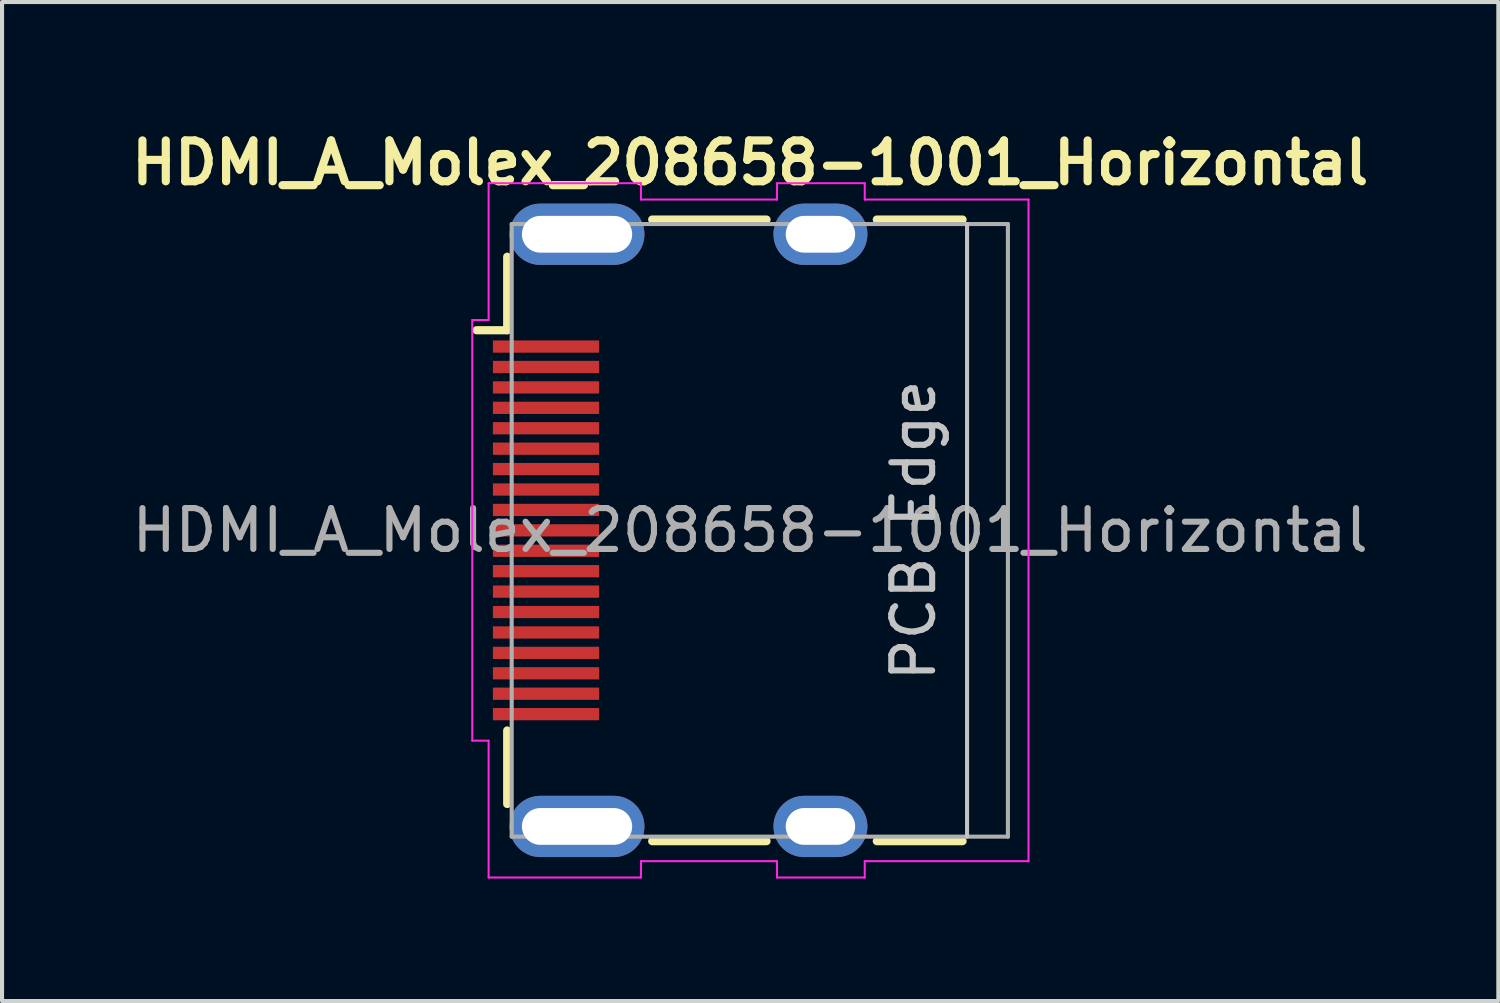
<source format=kicad_pcb>
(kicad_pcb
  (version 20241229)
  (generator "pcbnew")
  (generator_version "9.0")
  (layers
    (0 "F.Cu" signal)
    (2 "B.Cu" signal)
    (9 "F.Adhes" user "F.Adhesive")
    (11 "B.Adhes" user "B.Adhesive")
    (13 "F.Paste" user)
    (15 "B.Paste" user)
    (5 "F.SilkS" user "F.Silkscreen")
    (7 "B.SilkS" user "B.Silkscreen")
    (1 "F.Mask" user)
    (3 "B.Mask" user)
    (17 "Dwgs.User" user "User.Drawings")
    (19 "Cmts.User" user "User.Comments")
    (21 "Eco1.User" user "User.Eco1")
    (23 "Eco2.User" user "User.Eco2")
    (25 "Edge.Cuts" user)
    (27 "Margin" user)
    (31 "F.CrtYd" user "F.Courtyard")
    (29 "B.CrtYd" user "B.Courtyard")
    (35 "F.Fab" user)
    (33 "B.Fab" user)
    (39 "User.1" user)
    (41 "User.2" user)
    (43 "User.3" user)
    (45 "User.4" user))
  (footprint "HDMI_A_Molex_208658-1001_Horizontal"
    (layer "F.Cu")
    (at 13.604 9.936)
    (property "Reference" "HDMI_A_Molex_208658-1001_Horizontal" (at 1.715 -9 0) (layer "F.SilkS") (effects (font (size 1 1) (thickness 0.2))))
    (attr smd)
    (fp_line (start -4.985 -4.9) (end -4.235 -4.9) (stroke (width 0.2) (type solid)) (layer "F.SilkS"))
    (fp_line (start -4.235 -4.9) (end -4.235 -6.7) (stroke (width 0.2) (type solid)) (layer "F.SilkS"))
    (fp_line (start -4.235 6.7) (end -4.235 4.9) (stroke (width 0.2) (type solid)) (layer "F.SilkS"))
    (fp_line (start -0.685 -7.61) (end 2.115 -7.61) (stroke (width 0.2) (type solid)) (layer "F.SilkS"))
    (fp_line (start -0.685 7.61) (end 2.115 7.61) (stroke (width 0.2) (type solid)) (layer "F.SilkS"))
    (fp_line (start 4.815 -7.61) (end 6.915 -7.61) (stroke (width 0.2) (type solid)) (layer "F.SilkS"))
    (fp_line (start 4.815 7.61) (end 6.915 7.61) (stroke (width 0.2) (type solid)) (layer "F.SilkS"))
    (fp_line (start 7.025 -7.5) (end 7.025 7.5) (stroke (width 0.1) (type solid)) (layer "Dwgs.User"))
    (fp_line (start -5.09 5.15) (end -5.09 -5.15) (stroke (width 0.05) (type solid)) (layer "F.CrtYd"))
    (fp_line (start -4.69 -5.15) (end -5.09 -5.15) (stroke (width 0.05) (type solid)) (layer "F.CrtYd"))
    (fp_line (start -4.69 -5.15) (end -4.69 -8.5) (stroke (width 0.05) (type solid)) (layer "F.CrtYd"))
    (fp_line (start -4.69 5.15) (end -5.09 5.15) (stroke (width 0.05) (type solid)) (layer "F.CrtYd"))
    (fp_line (start -4.69 8.5) (end -4.69 5.15) (stroke (width 0.05) (type solid)) (layer "F.CrtYd"))
    (fp_line (start -0.96 -8.5) (end -4.69 -8.5) (stroke (width 0.05) (type solid)) (layer "F.CrtYd"))
    (fp_line (start -0.96 -8.1) (end -0.96 -8.5) (stroke (width 0.05) (type solid)) (layer "F.CrtYd"))
    (fp_line (start -0.96 8.5) (end -4.69 8.5) (stroke (width 0.05) (type solid)) (layer "F.CrtYd"))
    (fp_line (start -0.96 8.5) (end -0.96 8.1) (stroke (width 0.05) (type solid)) (layer "F.CrtYd"))
    (fp_line (start 2.37 -8.1) (end -0.96 -8.1) (stroke (width 0.05) (type solid)) (layer "F.CrtYd"))
    (fp_line (start 2.37 -8.1) (end 2.37 -8.5) (stroke (width 0.05) (type solid)) (layer "F.CrtYd"))
    (fp_line (start 2.37 8.1) (end -0.96 8.1) (stroke (width 0.05) (type solid)) (layer "F.CrtYd"))
    (fp_line (start 2.37 8.5) (end 2.37 8.1) (stroke (width 0.05) (type solid)) (layer "F.CrtYd"))
    (fp_line (start 4.52 -8.5) (end 2.37 -8.5) (stroke (width 0.05) (type solid)) (layer "F.CrtYd"))
    (fp_line (start 4.52 -8.1) (end 4.52 -8.5) (stroke (width 0.05) (type solid)) (layer "F.CrtYd"))
    (fp_line (start 4.52 8.5) (end 2.37 8.5) (stroke (width 0.05) (type solid)) (layer "F.CrtYd"))
    (fp_line (start 4.52 8.5) (end 4.52 8.1) (stroke (width 0.05) (type solid)) (layer "F.CrtYd"))
    (fp_line (start 8.53 -8.1) (end 4.52 -8.1) (stroke (width 0.05) (type solid)) (layer "F.CrtYd"))
    (fp_line (start 8.53 8.1) (end 4.52 8.1) (stroke (width 0.05) (type solid)) (layer "F.CrtYd"))
    (fp_line (start 8.53 8.1) (end 8.53 -8.1) (stroke (width 0.05) (type solid)) (layer "F.CrtYd"))
    (fp_line (start -4.125 -7.5) (end -4.125 7.5) (stroke (width 0.1) (type solid)) (layer "F.Fab"))
    (fp_line (start -4.125 -7.5) (end 8.025 -7.5) (stroke (width 0.1) (type solid)) (layer "F.Fab"))
    (fp_line (start -4.125 7.5) (end 8.025 7.5) (stroke (width 0.1) (type solid)) (layer "F.Fab"))
    (fp_line (start 8.025 -7.5) (end 8.025 7.5) (stroke (width 0.1) (type solid)) (layer "F.Fab"))
    (fp_text user "PCB Edge" (at 5.715 0 90) (layer "Dwgs.User") (effects (font (size 1 1) (thickness 0.15))))
    (fp_text user "${REFERENCE}" (at 1.715 0 0) (layer "F.Fab") (effects (font (size 1 1) (thickness 0.15))))
    (pad "1" smd rect (at -3.285 -4.5) (size 2.6 0.3) (layers "F.Cu" "F.Mask" "F.Paste"))
    (pad "2" smd rect (at -3.285 -4) (size 2.6 0.3) (layers "F.Cu" "F.Mask" "F.Paste"))
    (pad "3" smd rect (at -3.285 -3.5) (size 2.6 0.3) (layers "F.Cu" "F.Mask" "F.Paste"))
    (pad "4" smd rect (at -3.285 -3) (size 2.6 0.3) (layers "F.Cu" "F.Mask" "F.Paste"))
    (pad "5" smd rect (at -3.285 -2.5) (size 2.6 0.3) (layers "F.Cu" "F.Mask" "F.Paste"))
    (pad "6" smd rect (at -3.285 -2) (size 2.6 0.3) (layers "F.Cu" "F.Mask" "F.Paste"))
    (pad "7" smd rect (at -3.285 -1.5) (size 2.6 0.3) (layers "F.Cu" "F.Mask" "F.Paste"))
    (pad "8" smd rect (at -3.285 -1) (size 2.6 0.3) (layers "F.Cu" "F.Mask" "F.Paste"))
    (pad "9" smd rect (at -3.285 -0.5) (size 2.6 0.3) (layers "F.Cu" "F.Mask" "F.Paste"))
    (pad "10" smd rect (at -3.285 0) (size 2.6 0.3) (layers "F.Cu" "F.Mask" "F.Paste"))
    (pad "11" smd rect (at -3.285 0.5) (size 2.6 0.3) (layers "F.Cu" "F.Mask" "F.Paste"))
    (pad "12" smd rect (at -3.285 1) (size 2.6 0.3) (layers "F.Cu" "F.Mask" "F.Paste"))
    (pad "13" smd rect (at -3.285 1.5) (size 2.6 0.3) (layers "F.Cu" "F.Mask" "F.Paste"))
    (pad "14" smd rect (at -3.285 2) (size 2.6 0.3) (layers "F.Cu" "F.Mask" "F.Paste"))
    (pad "15" smd rect (at -3.285 2.5) (size 2.6 0.3) (layers "F.Cu" "F.Mask" "F.Paste"))
    (pad "16" smd rect (at -3.285 3) (size 2.6 0.3) (layers "F.Cu" "F.Mask" "F.Paste"))
    (pad "17" smd rect (at -3.285 3.5) (size 2.6 0.3) (layers "F.Cu" "F.Mask" "F.Paste"))
    (pad "18" smd rect (at -3.285 4) (size 2.6 0.3) (layers "F.Cu" "F.Mask" "F.Paste"))
    (pad "19" smd rect (at -3.285 4.5) (size 2.6 0.3) (layers "F.Cu" "F.Mask" "F.Paste"))
    (pad "SH" thru_hole oval (at -2.525 -7.25) (size 3.3 1.5) (drill oval 2.7 0.9) (layers "*.Cu" "*.Mask"))
    (pad "SH" thru_hole oval (at -2.525 7.25) (size 3.3 1.5) (drill oval 2.7 0.9) (layers "*.Cu" "*.Mask"))
    (pad "SH" thru_hole oval (at 3.435 -7.25) (size 2.3 1.5) (drill oval 1.7 0.9) (layers "*.Cu" "*.Mask"))
    (pad "SH" thru_hole oval (at 3.435 7.25) (size 2.3 1.5) (drill oval 1.7 0.9) (layers "*.Cu" "*.Mask")))
  (gr_rect
    (start -3 -3)
    (end 33.638 21.461)
    (stroke (width 0.1) (type default))
    (fill no)
    (layer "Edge.Cuts")))
</source>
